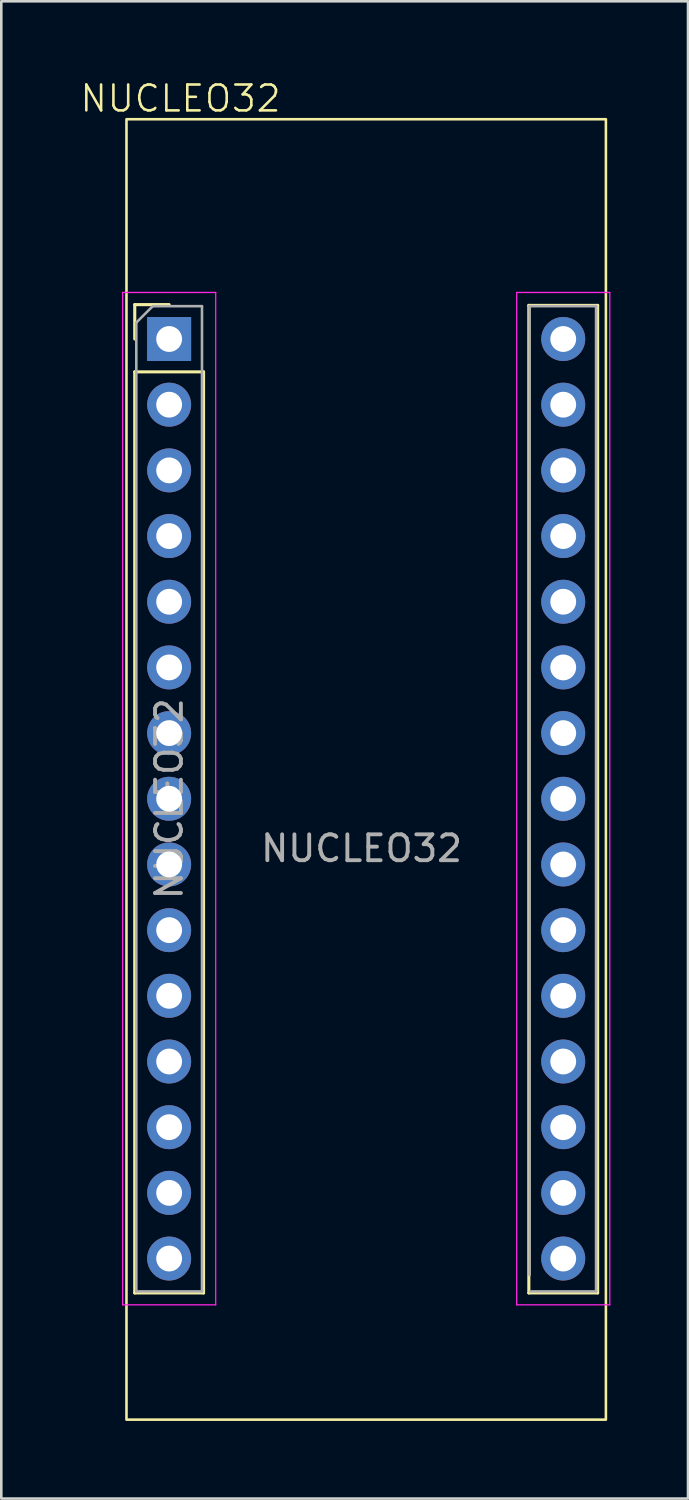
<source format=kicad_pcb>
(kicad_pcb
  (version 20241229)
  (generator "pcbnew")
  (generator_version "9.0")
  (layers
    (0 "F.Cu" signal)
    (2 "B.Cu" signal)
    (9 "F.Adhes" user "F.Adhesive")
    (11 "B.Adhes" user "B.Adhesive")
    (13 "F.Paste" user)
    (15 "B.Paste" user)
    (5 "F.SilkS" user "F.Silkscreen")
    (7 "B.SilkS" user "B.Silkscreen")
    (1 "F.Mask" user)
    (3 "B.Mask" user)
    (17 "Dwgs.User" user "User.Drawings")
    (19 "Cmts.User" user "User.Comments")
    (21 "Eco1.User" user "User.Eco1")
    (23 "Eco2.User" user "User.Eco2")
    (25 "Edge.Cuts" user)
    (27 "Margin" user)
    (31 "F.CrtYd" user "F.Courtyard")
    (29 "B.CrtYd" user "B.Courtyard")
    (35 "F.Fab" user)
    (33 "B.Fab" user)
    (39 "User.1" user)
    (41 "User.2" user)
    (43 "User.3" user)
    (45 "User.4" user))
  (footprint "NUCLEO32"
    (layer "F.Cu")
    (at 11.111 27.84)
    (property "Reference" "NUCLEO32" (at -7.18 -27.08 0) (unlocked yes) (layer "F.SilkS") (effects (font (size 1 1) (thickness 0.1))))
    (attr through_hole)
    (fp_line (start -8.95 -19.11) (end -7.62 -19.11) (stroke (width 0.12) (type solid)) (layer "F.SilkS"))
    (fp_line (start -8.95 -17.78) (end -8.95 -19.11) (stroke (width 0.12) (type solid)) (layer "F.SilkS"))
    (fp_line (start -8.95 -16.51) (end -8.95 19.11) (stroke (width 0.12) (type solid)) (layer "F.SilkS"))
    (fp_line (start -8.95 -16.51) (end -6.29 -16.51) (stroke (width 0.12) (type solid)) (layer "F.SilkS"))
    (fp_line (start -8.95 19.11) (end -6.29 19.11) (stroke (width 0.12) (type solid)) (layer "F.SilkS"))
    (fp_line (start -6.29 -16.51) (end -6.29 19.11) (stroke (width 0.12) (type solid)) (layer "F.SilkS"))
    (fp_line (start 6.29 -19.08) (end 6.29 19.11) (stroke (width 0.12) (type solid)) (layer "F.SilkS"))
    (fp_line (start 6.29 -19.08) (end 8.95 -19.08) (stroke (width 0.12) (type solid)) (layer "F.SilkS"))
    (fp_line (start 6.29 19.11) (end 8.95 19.11) (stroke (width 0.12) (type solid)) (layer "F.SilkS"))
    (fp_line (start 8.95 -19.08) (end 8.95 19.11) (stroke (width 0.12) (type solid)) (layer "F.SilkS"))
    (fp_rect (start -9.27 -26.28) (end 9.27 24.01) (stroke (width 0.1) (type default)) (fill no) (layer "F.SilkS"))
    (fp_line (start -9.42 -19.58) (end -9.42 19.57) (stroke (width 0.05) (type solid)) (layer "F.CrtYd"))
    (fp_line (start -9.42 19.57) (end -5.82 19.57) (stroke (width 0.05) (type solid)) (layer "F.CrtYd"))
    (fp_line (start -5.82 -19.58) (end -9.42 -19.58) (stroke (width 0.05) (type solid)) (layer "F.CrtYd"))
    (fp_line (start -5.82 19.57) (end -5.82 -19.58) (stroke (width 0.05) (type solid)) (layer "F.CrtYd"))
    (fp_line (start 5.82 -19.58) (end 5.82 19.57) (stroke (width 0.05) (type solid)) (layer "F.CrtYd"))
    (fp_line (start 5.82 19.57) (end 9.42 19.57) (stroke (width 0.05) (type solid)) (layer "F.CrtYd"))
    (fp_line (start 9.42 -19.58) (end 5.82 -19.58) (stroke (width 0.05) (type solid)) (layer "F.CrtYd"))
    (fp_line (start 9.42 19.57) (end 9.42 -19.58) (stroke (width 0.05) (type solid)) (layer "F.CrtYd"))
    (fp_line (start -8.89 -18.415) (end -8.255 -19.05) (stroke (width 0.1) (type solid)) (layer "F.Fab"))
    (fp_line (start -8.89 19.05) (end -8.89 -18.415) (stroke (width 0.1) (type solid)) (layer "F.Fab"))
    (fp_line (start -8.255 -19.05) (end -6.35 -19.05) (stroke (width 0.1) (type solid)) (layer "F.Fab"))
    (fp_line (start -6.35 -19.05) (end -6.35 19.05) (stroke (width 0.1) (type solid)) (layer "F.Fab"))
    (fp_line (start -6.35 19.05) (end -8.89 19.05) (stroke (width 0.1) (type solid)) (layer "F.Fab"))
    (fp_line (start 6.32 -19.05) (end 8.89 -19.05) (stroke (width 0.1) (type solid)) (layer "F.Fab"))
    (fp_line (start 6.32 18.415) (end 6.32 -19.05) (stroke (width 0.1) (type solid)) (layer "F.Fab"))
    (fp_line (start 8.89 -19.05) (end 8.89 19.05) (stroke (width 0.1) (type solid)) (layer "F.Fab"))
    (fp_line (start 8.89 19.05) (end 6.35 19.05) (stroke (width 0.1) (type solid)) (layer "F.Fab"))
    (fp_text user "${REFERENCE}" (at -7.62 0 90) (layer "F.Fab") (effects (font (size 1 1) (thickness 0.15))))
    (fp_text user "${REFERENCE}" (at -0.18 1.92 0) (unlocked yes) (layer "F.Fab") (effects (font (size 1 1) (thickness 0.15))))
    (pad "1" thru_hole rect (at -7.62 -17.78) (size 1.7 1.7) (drill 1) (layers "*.Cu" "*.Mask"))
    (pad "2" thru_hole oval (at -7.62 -15.24) (size 1.7 1.7) (drill 1) (layers "*.Cu" "*.Mask"))
    (pad "3" thru_hole oval (at -7.62 -12.7) (size 1.7 1.7) (drill 1) (layers "*.Cu" "*.Mask"))
    (pad "4" thru_hole oval (at -7.62 -10.16) (size 1.7 1.7) (drill 1) (layers "*.Cu" "*.Mask"))
    (pad "5" thru_hole oval (at -7.62 -7.62) (size 1.7 1.7) (drill 1) (layers "*.Cu" "*.Mask"))
    (pad "6" thru_hole oval (at -7.62 -5.08) (size 1.7 1.7) (drill 1) (layers "*.Cu" "*.Mask"))
    (pad "7" thru_hole oval (at -7.62 -2.54) (size 1.7 1.7) (drill 1) (layers "*.Cu" "*.Mask"))
    (pad "8" thru_hole oval (at -7.62 0) (size 1.7 1.7) (drill 1) (layers "*.Cu" "*.Mask"))
    (pad "9" thru_hole oval (at -7.62 2.54) (size 1.7 1.7) (drill 1) (layers "*.Cu" "*.Mask"))
    (pad "10" thru_hole oval (at -7.62 5.08) (size 1.7 1.7) (drill 1) (layers "*.Cu" "*.Mask"))
    (pad "11" thru_hole oval (at -7.62 7.62) (size 1.7 1.7) (drill 1) (layers "*.Cu" "*.Mask"))
    (pad "12" thru_hole oval (at -7.62 10.16) (size 1.7 1.7) (drill 1) (layers "*.Cu" "*.Mask"))
    (pad "13" thru_hole oval (at -7.62 12.7) (size 1.7 1.7) (drill 1) (layers "*.Cu" "*.Mask"))
    (pad "14" thru_hole oval (at -7.62 15.24) (size 1.7 1.7) (drill 1) (layers "*.Cu" "*.Mask"))
    (pad "15" thru_hole oval (at -7.62 17.78) (size 1.7 1.7) (drill 1) (layers "*.Cu" "*.Mask"))
    (pad "16" thru_hole oval (at 7.62 17.78) (size 1.7 1.7) (drill 1) (layers "*.Cu" "*.Mask"))
    (pad "17" thru_hole oval (at 7.62 15.24) (size 1.7 1.7) (drill 1) (layers "*.Cu" "*.Mask"))
    (pad "18" thru_hole oval (at 7.62 12.7) (size 1.7 1.7) (drill 1) (layers "*.Cu" "*.Mask"))
    (pad "19" thru_hole oval (at 7.62 10.16) (size 1.7 1.7) (drill 1) (layers "*.Cu" "*.Mask"))
    (pad "20" thru_hole oval (at 7.62 7.62) (size 1.7 1.7) (drill 1) (layers "*.Cu" "*.Mask"))
    (pad "21" thru_hole oval (at 7.62 5.08) (size 1.7 1.7) (drill 1) (layers "*.Cu" "*.Mask"))
    (pad "22" thru_hole oval (at 7.62 2.54) (size 1.7 1.7) (drill 1) (layers "*.Cu" "*.Mask"))
    (pad "23" thru_hole oval (at 7.62 0) (size 1.7 1.7) (drill 1) (layers "*.Cu" "*.Mask"))
    (pad "24" thru_hole oval (at 7.62 -2.54) (size 1.7 1.7) (drill 1) (layers "*.Cu" "*.Mask"))
    (pad "25" thru_hole oval (at 7.62 -5.08) (size 1.7 1.7) (drill 1) (layers "*.Cu" "*.Mask"))
    (pad "26" thru_hole oval (at 7.62 -7.62) (size 1.7 1.7) (drill 1) (layers "*.Cu" "*.Mask"))
    (pad "27" thru_hole oval (at 7.62 -10.16) (size 1.7 1.7) (drill 1) (layers "*.Cu" "*.Mask"))
    (pad "28" thru_hole oval (at 7.62 -12.7) (size 1.7 1.7) (drill 1) (layers "*.Cu" "*.Mask"))
    (pad "29" thru_hole oval (at 7.62 -15.24) (size 1.7 1.7) (drill 1) (layers "*.Cu" "*.Mask"))
    (pad "30" thru_hole oval (at 7.62 -17.78) (size 1.7 1.7) (drill 1) (layers "*.Cu" "*.Mask")))
  (gr_rect
    (start -3 -3)
    (end 23.556 54.901)
    (stroke (width 0.1) (type default))
    (fill no)
    (layer "Edge.Cuts")))
</source>
